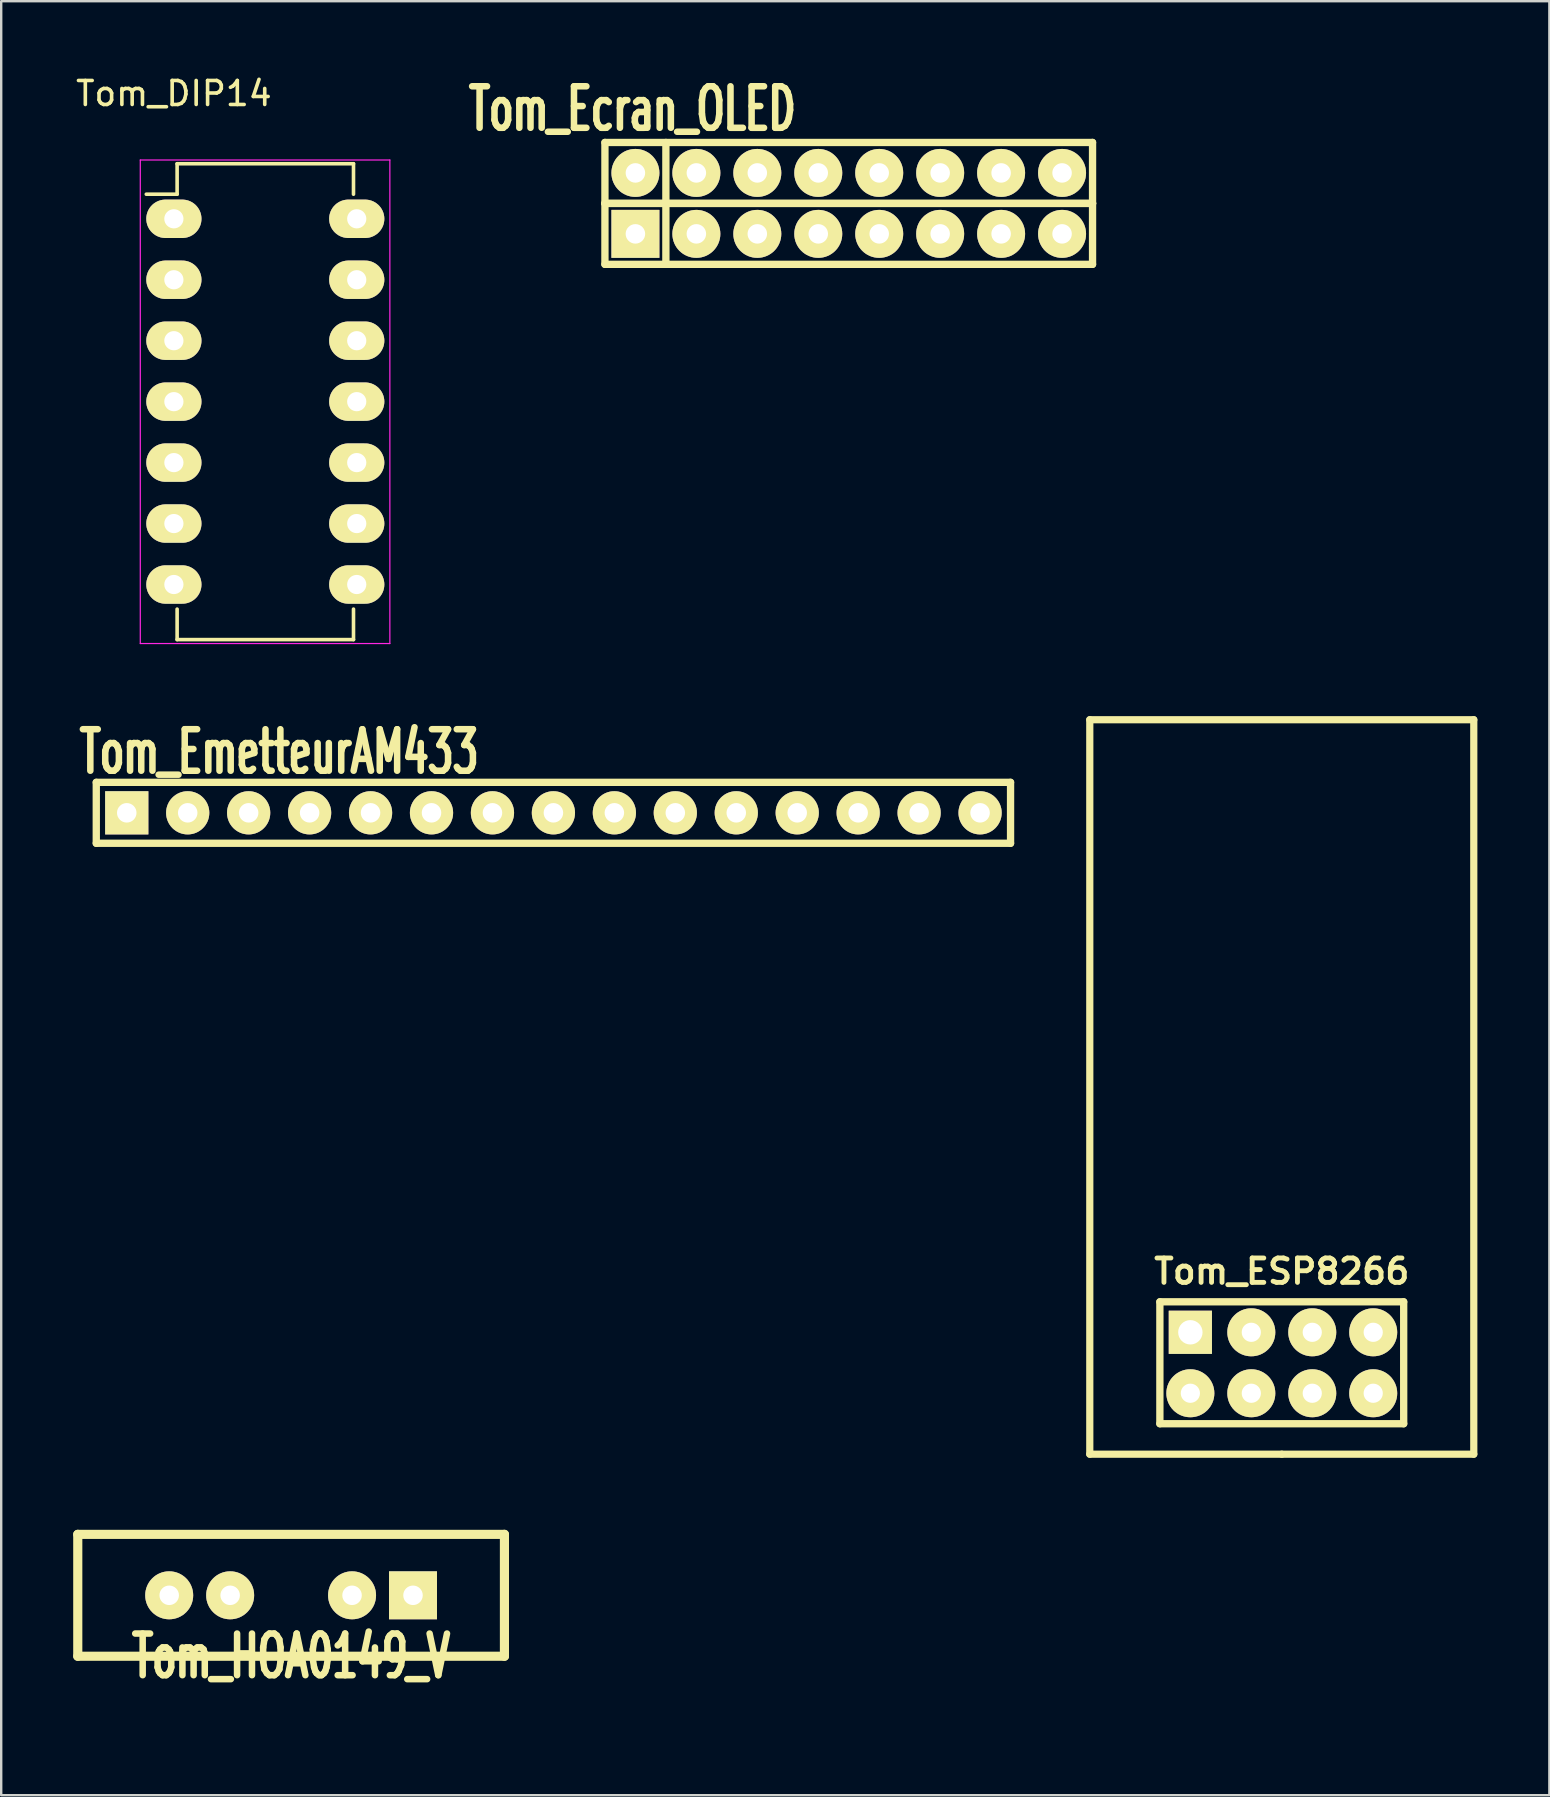
<source format=kicad_pcb>
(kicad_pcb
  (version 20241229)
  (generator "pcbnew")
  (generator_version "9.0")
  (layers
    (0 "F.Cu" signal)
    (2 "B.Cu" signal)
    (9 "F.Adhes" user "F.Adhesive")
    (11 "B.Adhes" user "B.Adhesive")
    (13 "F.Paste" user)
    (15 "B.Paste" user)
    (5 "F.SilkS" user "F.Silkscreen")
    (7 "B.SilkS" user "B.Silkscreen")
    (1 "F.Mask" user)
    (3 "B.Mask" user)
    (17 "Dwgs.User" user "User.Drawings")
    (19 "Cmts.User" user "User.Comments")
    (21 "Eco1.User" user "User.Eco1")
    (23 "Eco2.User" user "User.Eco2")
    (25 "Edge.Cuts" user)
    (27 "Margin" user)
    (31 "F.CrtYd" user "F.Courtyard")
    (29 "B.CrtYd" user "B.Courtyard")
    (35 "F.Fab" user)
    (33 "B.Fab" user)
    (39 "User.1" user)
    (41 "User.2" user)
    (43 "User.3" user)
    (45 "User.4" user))
  (footprint "Tom_Ecran_OLED"
    (layer "F.Cu")
    (at 32.319 6.696)
    (property "Reference" "Tom_Ecran_OLED" (at -9.017 -5.207 0) (layer "F.SilkS") (effects (font (size 1.73 1.087) (thickness 0.272))))
    (attr through_hole)
    (fp_line (start -10.16 -3.81) (end 10.16 -3.81) (stroke (width 0.305) (type solid)) (layer "F.SilkS"))
    (fp_line (start -10.16 -1.27) (end -10.16 -3.81) (stroke (width 0.305) (type solid)) (layer "F.SilkS"))
    (fp_line (start -10.16 -1.27) (end 10.16 -1.27) (stroke (width 0.305) (type solid)) (layer "F.SilkS"))
    (fp_line (start -10.16 1.27) (end -10.16 -1.27) (stroke (width 0.305) (type solid)) (layer "F.SilkS"))
    (fp_line (start -7.62 -1.27) (end -7.62 -3.81) (stroke (width 0.305) (type solid)) (layer "F.SilkS"))
    (fp_line (start -7.62 1.27) (end -7.62 -1.27) (stroke (width 0.305) (type solid)) (layer "F.SilkS"))
    (fp_line (start 10.16 -3.81) (end 10.16 -1.27) (stroke (width 0.305) (type solid)) (layer "F.SilkS"))
    (fp_line (start 10.16 -1.27) (end -10.16 -1.27) (stroke (width 0.305) (type solid)) (layer "F.SilkS"))
    (fp_line (start 10.16 -1.27) (end 10.16 1.27) (stroke (width 0.305) (type solid)) (layer "F.SilkS"))
    (fp_line (start 10.16 1.27) (end -10.16 1.27) (stroke (width 0.305) (type solid)) (layer "F.SilkS"))
    (pad "1" thru_hole rect (at -8.89 0) (size 1.999 1.999) (drill 0.813) (layers "*.Cu" "*.Mask" "F.SilkS"))
    (pad "2" thru_hole circle (at -8.89 -2.54) (size 1.999 1.999) (drill 0.813) (layers "*.Cu" "*.Mask" "F.SilkS"))
    (pad "3" thru_hole circle (at -6.35 0) (size 1.999 1.999) (drill 0.813) (layers "*.Cu" "*.Mask" "F.SilkS"))
    (pad "4" thru_hole circle (at -6.35 -2.54) (size 2 2) (drill 0.813) (layers "*.Cu" "*.Mask" "F.SilkS"))
    (pad "5" thru_hole circle (at -3.81 0) (size 1.999 1.999) (drill 0.813) (layers "*.Cu" "*.Mask" "F.SilkS"))
    (pad "6" thru_hole circle (at -3.81 -2.54) (size 1.999 1.999) (drill 0.813) (layers "*.Cu" "*.Mask" "F.SilkS"))
    (pad "7" thru_hole circle (at -1.27 0) (size 1.999 1.999) (drill 0.813) (layers "*.Cu" "*.Mask" "F.SilkS"))
    (pad "8" thru_hole circle (at -1.27 -2.54) (size 1.999 1.999) (drill 0.813) (layers "*.Cu" "*.Mask" "F.SilkS"))
    (pad "9" thru_hole circle (at 1.27 0) (size 1.999 1.999) (drill 0.813) (layers "*.Cu" "*.Mask" "F.SilkS"))
    (pad "10" thru_hole circle (at 1.27 -2.54) (size 1.999 1.999) (drill 0.813) (layers "*.Cu" "*.Mask" "F.SilkS"))
    (pad "11" thru_hole circle (at 3.81 0) (size 1.999 1.999) (drill 0.813) (layers "*.Cu" "*.Mask" "F.SilkS"))
    (pad "12" thru_hole circle (at 3.81 -2.54) (size 1.999 1.999) (drill 0.813) (layers "*.Cu" "*.Mask" "F.SilkS"))
    (pad "13" thru_hole circle (at 6.35 0) (size 1.999 1.999) (drill 0.813) (layers "*.Cu" "*.Mask" "F.SilkS"))
    (pad "14" thru_hole circle (at 6.35 -2.54) (size 1.999 1.999) (drill 0.813) (layers "*.Cu" "*.Mask" "F.SilkS"))
    (pad "15" thru_hole circle (at 8.89 0) (size 1.999 1.999) (drill 0.813) (layers "*.Cu" "*.Mask" "F.SilkS"))
    (pad "16" thru_hole circle (at 8.89 -2.54) (size 1.999 1.999) (drill 0.813) (layers "*.Cu" "*.Mask" "F.SilkS")))
  (footprint "Tom_HOA0149_V"
    (layer "F.Cu")
    (at 9.081 68.51)
    (property "Reference" "Tom_HOA0149_V" (at 0 -2.54 0) (layer "F.SilkS") (effects (font (size 1.735 1.087) (thickness 0.272))))
    (attr through_hole)
    (fp_line (start -8.89 -7.62) (end -8.89 -2.54) (stroke (width 0.381) (type solid)) (layer "F.SilkS"))
    (fp_line (start -8.89 -2.54) (end 8.89 -2.54) (stroke (width 0.381) (type solid)) (layer "F.SilkS"))
    (fp_line (start 8.89 -7.62) (end -8.89 -7.62) (stroke (width 0.381) (type solid)) (layer "F.SilkS"))
    (fp_line (start 8.89 -2.54) (end 8.89 -7.62) (stroke (width 0.381) (type solid)) (layer "F.SilkS"))
    (pad "1" thru_hole rect (at 5.08 -5.08) (size 1.999 1.999) (drill 0.813) (layers "*.Cu" "*.Mask" "F.SilkS"))
    (pad "2" thru_hole circle (at 2.54 -5.08) (size 1.999 1.999) (drill 0.813) (layers "*.Cu" "*.Mask" "F.SilkS"))
    (pad "3" thru_hole circle (at -2.54 -5.08) (size 1.999 1.999) (drill 0.813) (layers "*.Cu" "*.Mask" "F.SilkS"))
    (pad "4" thru_hole circle (at -5.08 -5.08) (size 1.999 1.999) (drill 0.813) (layers "*.Cu" "*.Mask" "F.SilkS")))
  (footprint "Tom_DIP14"
    (layer "F.Cu")
    (at 4.196 6.068)
    (property "Reference" "Tom_DIP14" (at 0 -5.22 0) (layer "F.SilkS") (effects (font (size 1 1) (thickness 0.15))))
    (attr through_hole)
    (fp_line (start 0.135 -2.295) (end 0.135 -1.025) (stroke (width 0.15) (type solid)) (layer "F.SilkS"))
    (fp_line (start 0.135 -2.295) (end 7.485 -2.295) (stroke (width 0.15) (type solid)) (layer "F.SilkS"))
    (fp_line (start 0.135 -1.025) (end -1.15 -1.025) (stroke (width 0.15) (type solid)) (layer "F.SilkS"))
    (fp_line (start 0.135 17.535) (end 0.135 16.265) (stroke (width 0.15) (type solid)) (layer "F.SilkS"))
    (fp_line (start 0.135 17.535) (end 7.485 17.535) (stroke (width 0.15) (type solid)) (layer "F.SilkS"))
    (fp_line (start 7.485 -2.295) (end 7.485 -1.025) (stroke (width 0.15) (type solid)) (layer "F.SilkS"))
    (fp_line (start 7.485 17.535) (end 7.485 16.265) (stroke (width 0.15) (type solid)) (layer "F.SilkS"))
    (fp_line (start -1.4 -2.45) (end -1.4 17.7) (stroke (width 0.05) (type solid)) (layer "F.CrtYd"))
    (fp_line (start -1.4 -2.45) (end 9 -2.45) (stroke (width 0.05) (type solid)) (layer "F.CrtYd"))
    (fp_line (start -1.4 17.7) (end 9 17.7) (stroke (width 0.05) (type solid)) (layer "F.CrtYd"))
    (fp_line (start 9 -2.45) (end 9 17.7) (stroke (width 0.05) (type solid)) (layer "F.CrtYd"))
    (pad "1" thru_hole oval (at 0 0) (size 2.3 1.6) (drill 0.8) (layers "*.Cu" "*.Mask" "F.SilkS"))
    (pad "2" thru_hole oval (at 0 2.54) (size 2.3 1.6) (drill 0.8) (layers "*.Cu" "*.Mask" "F.SilkS"))
    (pad "3" thru_hole oval (at 0 5.08) (size 2.3 1.6) (drill 0.8) (layers "*.Cu" "*.Mask" "F.SilkS"))
    (pad "4" thru_hole oval (at 0 7.62) (size 2.3 1.6) (drill 0.8) (layers "*.Cu" "*.Mask" "F.SilkS"))
    (pad "5" thru_hole oval (at 0 10.16) (size 2.3 1.6) (drill 0.8) (layers "*.Cu" "*.Mask" "F.SilkS"))
    (pad "6" thru_hole oval (at 0 12.7) (size 2.3 1.6) (drill 0.8) (layers "*.Cu" "*.Mask" "F.SilkS"))
    (pad "7" thru_hole oval (at 0 15.24) (size 2.3 1.6) (drill 0.8) (layers "*.Cu" "*.Mask" "F.SilkS"))
    (pad "8" thru_hole oval (at 7.62 15.24) (size 2.3 1.6) (drill 0.8) (layers "*.Cu" "*.Mask" "F.SilkS"))
    (pad "9" thru_hole oval (at 7.62 12.7) (size 2.3 1.6) (drill 0.8) (layers "*.Cu" "*.Mask" "F.SilkS"))
    (pad "10" thru_hole oval (at 7.62 10.16) (size 2.3 1.6) (drill 0.8) (layers "*.Cu" "*.Mask" "F.SilkS"))
    (pad "11" thru_hole oval (at 7.62 7.62) (size 2.3 1.6) (drill 0.8) (layers "*.Cu" "*.Mask" "F.SilkS"))
    (pad "12" thru_hole oval (at 7.62 5.08) (size 2.3 1.6) (drill 0.8) (layers "*.Cu" "*.Mask" "F.SilkS"))
    (pad "13" thru_hole oval (at 7.62 2.54) (size 2.3 1.6) (drill 0.8) (layers "*.Cu" "*.Mask" "F.SilkS"))
    (pad "14" thru_hole oval (at 7.62 0) (size 2.3 1.6) (drill 0.8) (layers "*.Cu" "*.Mask" "F.SilkS")))
  (footprint "Tom_EmetteurAM433"
    (layer "F.Cu")
    (at 20.012 30.822)
    (property "Reference" "Tom_EmetteurAM433" (at -11.43 -2.54 0) (layer "F.SilkS") (effects (font (size 1.73 1.087) (thickness 0.272))))
    (attr through_hole)
    (fp_line (start -19.05 -1.27) (end 19.05 -1.27) (stroke (width 0.305) (type solid)) (layer "F.SilkS"))
    (fp_line (start -19.05 1.27) (end -19.05 -1.27) (stroke (width 0.305) (type solid)) (layer "F.SilkS"))
    (fp_line (start 19.05 -1.27) (end 19.05 1.27) (stroke (width 0.305) (type solid)) (layer "F.SilkS"))
    (fp_line (start 19.05 1.27) (end -19.05 1.27) (stroke (width 0.305) (type solid)) (layer "F.SilkS"))
    (pad "1" thru_hole rect (at -17.78 0) (size 1.801 1.801) (drill 0.813) (layers "*.Cu" "*.Mask" "F.SilkS"))
    (pad "2" thru_hole circle (at -15.24 0) (size 1.801 1.801) (drill 0.813) (layers "*.Cu" "*.Mask" "F.SilkS"))
    (pad "3" thru_hole circle (at -12.7 0) (size 1.801 1.801) (drill 0.813) (layers "*.Cu" "*.Mask" "F.SilkS"))
    (pad "4" thru_hole circle (at -10.16 0) (size 1.801 1.801) (drill 0.813) (layers "*.Cu" "*.Mask" "F.SilkS"))
    (pad "5" thru_hole circle (at -7.62 0) (size 1.801 1.801) (drill 0.813) (layers "*.Cu" "*.Mask" "F.SilkS"))
    (pad "6" thru_hole circle (at -5.08 0) (size 1.801 1.801) (drill 0.813) (layers "*.Cu" "*.Mask" "F.SilkS"))
    (pad "7" thru_hole circle (at -2.54 0) (size 1.801 1.801) (drill 0.813) (layers "*.Cu" "*.Mask" "F.SilkS"))
    (pad "8" thru_hole circle (at 0 0) (size 1.801 1.801) (drill 0.813) (layers "*.Cu" "*.Mask" "F.SilkS"))
    (pad "9" thru_hole circle (at 2.54 0) (size 1.801 1.801) (drill 0.813) (layers "*.Cu" "*.Mask" "F.SilkS"))
    (pad "10" thru_hole circle (at 5.08 0) (size 1.801 1.801) (drill 0.813) (layers "*.Cu" "*.Mask" "F.SilkS"))
    (pad "11" thru_hole circle (at 7.62 0) (size 1.801 1.801) (drill 0.813) (layers "*.Cu" "*.Mask" "F.SilkS"))
    (pad "12" thru_hole circle (at 10.16 0) (size 1.801 1.801) (drill 0.813) (layers "*.Cu" "*.Mask" "F.SilkS"))
    (pad "13" thru_hole circle (at 12.7 0) (size 1.801 1.801) (drill 0.813) (layers "*.Cu" "*.Mask" "F.SilkS"))
    (pad "14" thru_hole circle (at 15.24 0) (size 1.801 1.801) (drill 0.813) (layers "*.Cu" "*.Mask" "F.SilkS"))
    (pad "15" thru_hole circle (at 17.78 0) (size 1.801 1.801) (drill 0.813) (layers "*.Cu" "*.Mask" "F.SilkS")))
  (footprint "Tom_ESP8266"
    (layer "F.Cu")
    (at 50.365 53.74)
    (property "Reference" "Tom_ESP8266" (at 0 -3.81 0) (layer "F.SilkS") (effects (font (size 1.016 1.016) (thickness 0.203))))
    (attr through_hole)
    (fp_line (start -8.001 -26.797) (end -8.001 3.81) (stroke (width 0.3) (type solid)) (layer "F.SilkS"))
    (fp_line (start -8.001 3.81) (end 0 3.81) (stroke (width 0.3) (type solid)) (layer "F.SilkS"))
    (fp_line (start -5.08 -2.54) (end 5.08 -2.54) (stroke (width 0.305) (type solid)) (layer "F.SilkS"))
    (fp_line (start -5.08 2.54) (end -5.08 -2.54) (stroke (width 0.305) (type solid)) (layer "F.SilkS"))
    (fp_line (start 0 3.81) (end 8.001 3.81) (stroke (width 0.3) (type solid)) (layer "F.SilkS"))
    (fp_line (start 5.08 -2.54) (end 5.08 2.54) (stroke (width 0.305) (type solid)) (layer "F.SilkS"))
    (fp_line (start 5.08 2.54) (end -5.08 2.54) (stroke (width 0.305) (type solid)) (layer "F.SilkS"))
    (fp_line (start 8.001 -26.797) (end -8.001 -26.797) (stroke (width 0.3) (type solid)) (layer "F.SilkS"))
    (fp_line (start 8.001 3.81) (end 8.001 -26.797) (stroke (width 0.3) (type solid)) (layer "F.SilkS"))
    (pad "1" thru_hole rect (at -3.81 -1.27) (size 1.8 1.8) (drill 1.016) (layers "*.Cu" "*.Mask" "F.SilkS"))
    (pad "2" thru_hole circle (at -3.81 1.27) (size 2 2) (drill 0.8) (layers "*.Cu" "*.Mask" "F.SilkS"))
    (pad "3" thru_hole circle (at -1.27 -1.27) (size 2 2) (drill 0.8) (layers "*.Cu" "*.Mask" "F.SilkS"))
    (pad "4" thru_hole circle (at -1.27 1.27) (size 2 2) (drill 0.8) (layers "*.Cu" "*.Mask" "F.SilkS"))
    (pad "5" thru_hole circle (at 1.27 -1.27) (size 2 2) (drill 0.8) (layers "*.Cu" "*.Mask" "F.SilkS"))
    (pad "6" thru_hole circle (at 1.27 1.27) (size 2 2) (drill 0.8) (layers "*.Cu" "*.Mask" "F.SilkS"))
    (pad "7" thru_hole circle (at 3.81 -1.27) (size 2 2) (drill 0.8) (layers "*.Cu" "*.Mask" "F.SilkS"))
    (pad "8" thru_hole circle (at 3.81 1.27) (size 2 2) (drill 0.8) (layers "*.Cu" "*.Mask" "F.SilkS")))
  (gr_rect
    (start -3 -3)
    (end 61.516 71.76)
    (stroke (width 0.1) (type default))
    (fill no)
    (layer "Edge.Cuts")))
</source>
